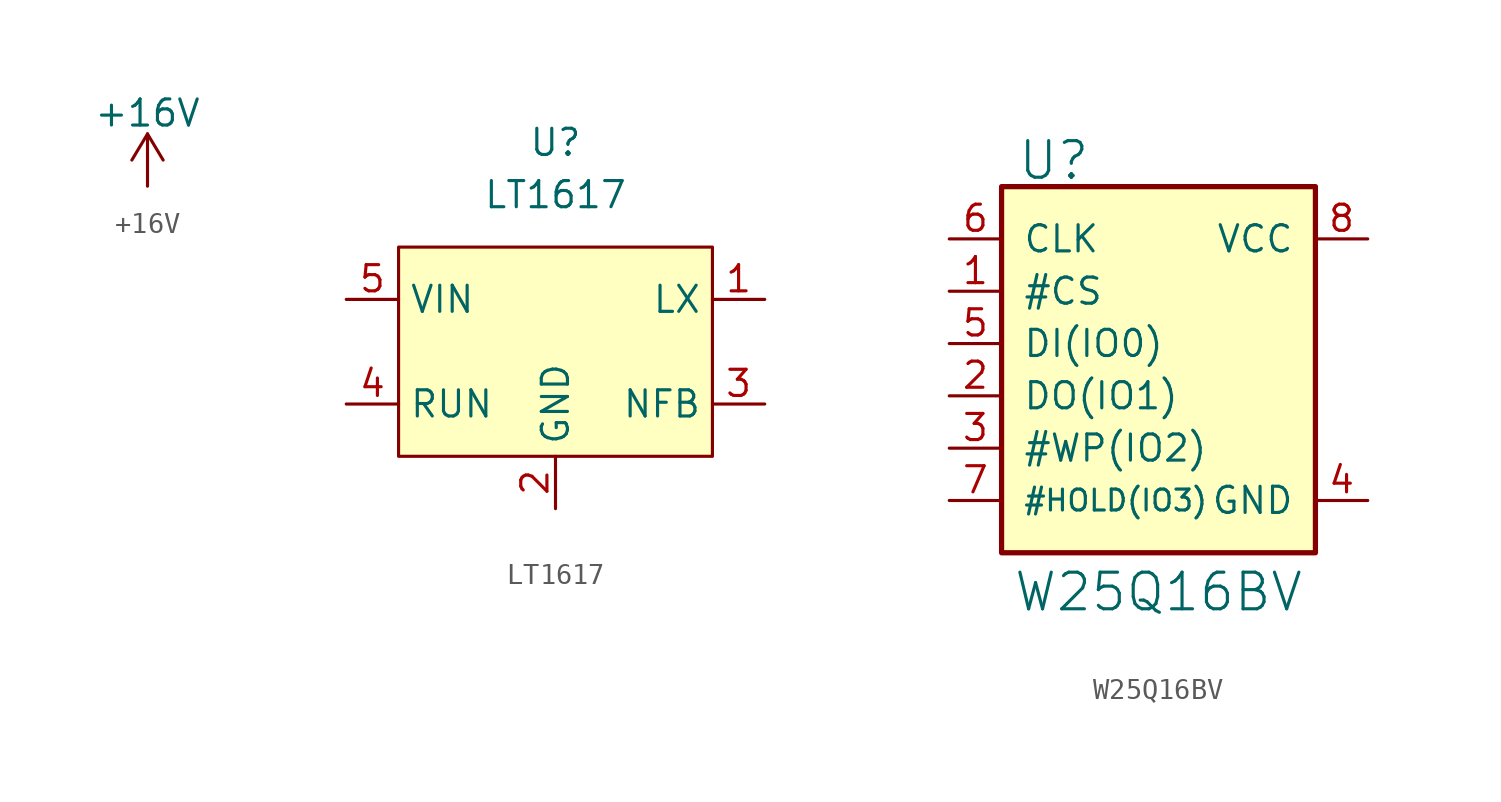
<source format=kicad_sym>
(kicad_symbol_lib
  (version 20211014)
  (generator kicad_symbol_editor)
  (symbol "+16V"
    (power)
    (pin_names
      (offset 0))
    (property "Reference" "#PWR"
      (at 0 -3.81 0)
      (effects (font (size 1.27 1.27)) hide))
    (property "Value" "+16V"
      (at 0 3.556 0)
      (effects (font (size 1.27 1.27))))
    (symbol "+16V_0_1"
      (polyline (pts (xy -0.762 1.27) (xy 0 2.54)) (stroke (width 0) (type default) (color 0 0 0 0)) (fill (type none)))
      (polyline (pts (xy 0 0) (xy 0 2.54)) (stroke (width 0) (type default) (color 0 0 0 0)) (fill (type none)))
      (polyline (pts (xy 0 2.54) (xy 0.762 1.27)) (stroke (width 0) (type default) (color 0 0 0 0)) (fill (type none))))
    (symbol "+16V_1_1"
      (pin power_in line (at 0 0 90) (length 0) hide (name "+16V" (effects (font (size 1.27 1.27)))) (number "1" (effects (font (size 1.27 1.27)))))))
  (symbol "LT1617"
    (property "Reference" "U"
      (at 0 0 0)
      (effects (font (size 1.27 1.27))))
    (property "Value" "LT1617"
      (at 0 -2.54 0)
      (effects (font (size 1.27 1.27))))
    (symbol "LT1617_0_1"
      (rectangle (start -7.62 -5.08) (end 7.62 -15.24) (stroke (width 0.152) (type default) (color 0 0 0 0)) (fill (type background))))
    (symbol "LT1617_1_1"
      (pin unspecified line (at 10.16 -7.62 180) (length 2.54) (name "LX" (effects (font (size 1.27 1.27)))) (number "1" (effects (font (size 1.27 1.27)))))
      (pin power_in line (at 0 -17.78 90) (length 2.54) (name "GND" (effects (font (size 1.27 1.27)))) (number "2" (effects (font (size 1.27 1.27)))))
      (pin input line (at 10.16 -12.7 180) (length 2.54) (name "NFB" (effects (font (size 1.27 1.27)))) (number "3" (effects (font (size 1.27 1.27)))))
      (pin input line (at -10.16 -12.7 0) (length 2.54) (name "RUN" (effects (font (size 1.27 1.27)))) (number "4" (effects (font (size 1.27 1.27)))))
      (pin power_in line (at -10.16 -7.62 0) (length 2.54) (name "VIN" (effects (font (size 1.27 1.27)))) (number "5" (effects (font (size 1.27 1.27)))))))
  (symbol "W25Q16BV"
    (pin_names
      (offset 1.016))
    (property "Reference" "U"
      (at -5.08 10.16 0)
      (effects (font (size 1.778 1.778))))
    (property "Value" "W25Q16BV"
      (at 0 -10.795 0)
      (effects (font (size 1.778 1.778))))
    (symbol "W25Q16BV_0_1"
      (polyline (pts (xy 7.62 8.89) (xy 7.62 -8.89) (xy -7.62 -8.89) (xy -7.62 8.89) (xy 7.62 8.89)) (stroke (width 0.254) (type default) (color 0 0 0 0)) (fill (type background))))
    (symbol "W25Q16BV_1_1"
      (pin passive line (at -10.16 3.81 0) (length 2.54) (name "#CS" (effects (font (size 1.27 1.27)))) (number "1" (effects (font (size 1.27 1.27)))))
      (pin passive line (at -10.16 -1.27 0) (length 2.54) (name "DO(IO1)" (effects (font (size 1.27 1.27)))) (number "2" (effects (font (size 1.27 1.27)))))
      (pin passive line (at -10.16 -3.81 0) (length 2.54) (name "#WP(IO2)" (effects (font (size 1.27 1.27)))) (number "3" (effects (font (size 1.27 1.27)))))
      (pin passive line (at 10.16 -6.35 180) (length 2.54) (name "GND" (effects (font (size 1.27 1.27)))) (number "4" (effects (font (size 1.27 1.27)))))
      (pin passive line (at -10.16 1.27 0) (length 2.54) (name "DI(IO0)" (effects (font (size 1.27 1.27)))) (number "5" (effects (font (size 1.27 1.27)))))
      (pin passive line (at -10.16 6.35 0) (length 2.54) (name "CLK" (effects (font (size 1.27 1.27)))) (number "6" (effects (font (size 1.27 1.27)))))
      (pin passive line (at -10.16 -6.35 0) (length 2.54) (name "#HOLD(IO3)" (effects (font (size 1.016 1.016)))) (number "7" (effects (font (size 1.27 1.27)))))
      (pin passive line (at 10.16 6.35 180) (length 2.54) (name "VCC" (effects (font (size 1.27 1.27)))) (number "8" (effects (font (size 1.27 1.27))))))))
</source>
